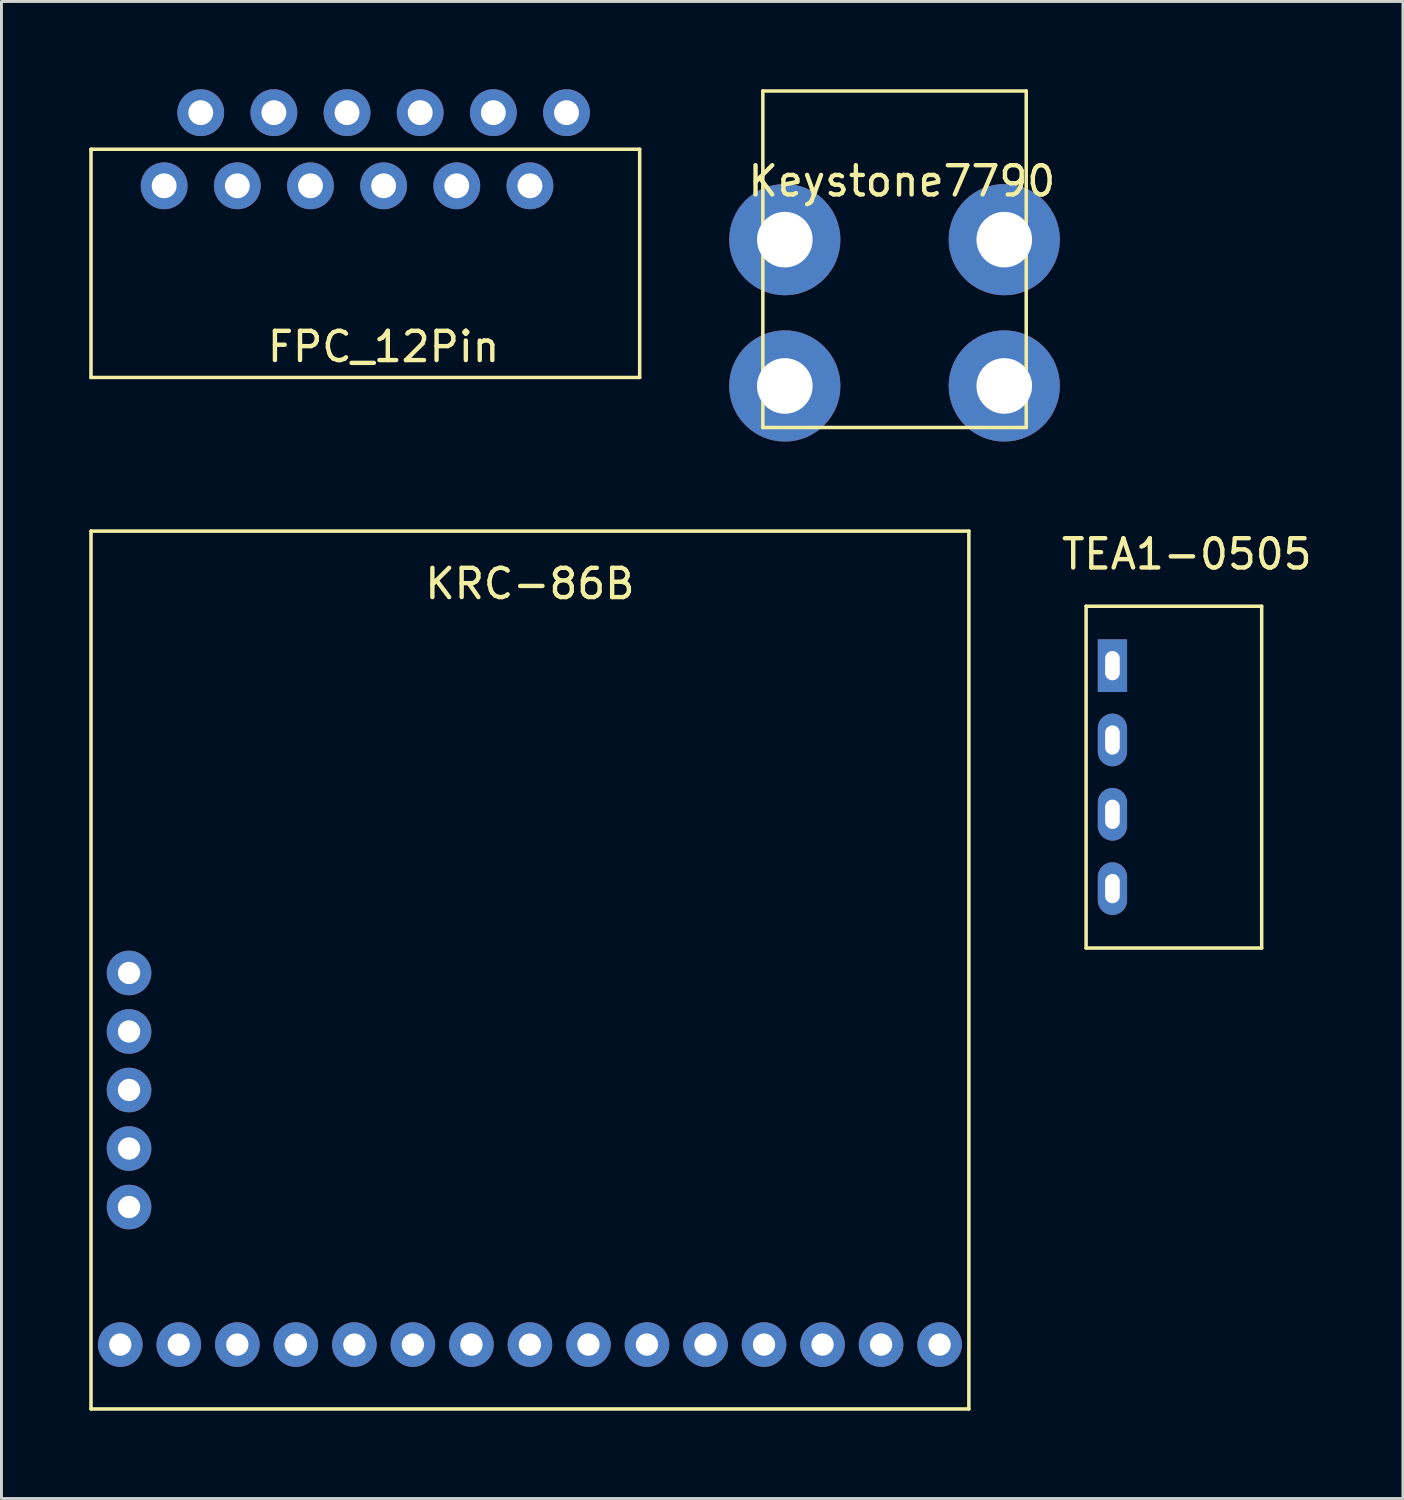
<source format=kicad_pcb>
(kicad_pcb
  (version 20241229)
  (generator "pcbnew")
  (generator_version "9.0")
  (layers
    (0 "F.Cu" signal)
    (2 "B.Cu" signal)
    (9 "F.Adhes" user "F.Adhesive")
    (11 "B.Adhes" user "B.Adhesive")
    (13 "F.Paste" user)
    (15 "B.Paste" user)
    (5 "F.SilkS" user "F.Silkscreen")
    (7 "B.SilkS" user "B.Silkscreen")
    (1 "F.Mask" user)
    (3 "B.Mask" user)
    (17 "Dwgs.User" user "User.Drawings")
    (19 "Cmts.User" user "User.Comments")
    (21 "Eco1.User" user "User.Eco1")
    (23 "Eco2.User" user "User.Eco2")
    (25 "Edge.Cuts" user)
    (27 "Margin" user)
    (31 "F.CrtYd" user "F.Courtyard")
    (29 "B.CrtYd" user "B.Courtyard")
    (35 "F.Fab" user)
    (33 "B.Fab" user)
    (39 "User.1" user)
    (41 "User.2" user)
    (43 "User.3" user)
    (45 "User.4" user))
  (footprint "Keystone7790"
    (layer "F.Cu")
    (at 23.77 10.14)
    (property "Reference" "Keystone7790" (at 4 -7 0) (layer "F.SilkS") (effects (font (size 1 1) (thickness 0.15))))
    (attr through_hole)
    (fp_line (start -0.75 -10.08) (end -0.75 1.42) (stroke (width 0.12) (type solid)) (layer "F.SilkS"))
    (fp_line (start -0.75 -10.08) (end 8.25 -10.08) (stroke (width 0.12) (type solid)) (layer "F.SilkS"))
    (fp_line (start -0.75 1.42) (end 8.25 1.42) (stroke (width 0.12) (type solid)) (layer "F.SilkS"))
    (fp_line (start 8.25 -10.08) (end 8.25 1.42) (stroke (width 0.12) (type solid)) (layer "F.SilkS"))
    (pad "GND" thru_hole circle (at 0 -5) (size 3.8 3.8) (drill 1.9) (layers "*.Cu" "*.Mask"))
    (pad "GND" thru_hole circle (at 0 0) (size 3.8 3.8) (drill 1.9) (layers "*.Cu" "*.Mask"))
    (pad "GND" thru_hole circle (at 7.5 -5) (size 3.8 3.8) (drill 1.9) (layers "*.Cu" "*.Mask"))
    (pad "GND" thru_hole circle (at 7.5 0) (size 3.8 3.8) (drill 1.9) (layers "*.Cu" "*.Mask")))
  (footprint "KRC-86B"
    (layer "F.Cu")
    (at 1.06 42.9)
    (property "Reference" "KRC-86B" (at 14 -26 0) (layer "F.SilkS") (effects (font (size 1 1) (thickness 0.15))))
    (attr through_hole)
    (fp_line (start -1 -27.8) (end 29 -27.8) (stroke (width 0.12) (type solid)) (layer "F.SilkS"))
    (fp_line (start -1 2.2) (end -1 -27.8) (stroke (width 0.12) (type solid)) (layer "F.SilkS"))
    (fp_line (start -1 2.2) (end 29 2.2) (stroke (width 0.12) (type solid)) (layer "F.SilkS"))
    (fp_line (start 29 -27.8) (end 29 2.2) (stroke (width 0.12) (type solid)) (layer "F.SilkS"))
    (pad "1" thru_hole circle (at 0 0) (size 1.524 1.524) (drill 0.762) (layers "*.Cu" "*.Mask"))
    (pad "2" thru_hole circle (at 2 0) (size 1.524 1.524) (drill 0.762) (layers "*.Cu" "*.Mask"))
    (pad "3" thru_hole circle (at 4 0) (size 1.524 1.524) (drill 0.762) (layers "*.Cu" "*.Mask"))
    (pad "4" thru_hole circle (at 6 0) (size 1.524 1.524) (drill 0.762) (layers "*.Cu" "*.Mask"))
    (pad "5" thru_hole circle (at 8 0) (size 1.524 1.524) (drill 0.762) (layers "*.Cu" "*.Mask"))
    (pad "6" thru_hole circle (at 10 0) (size 1.524 1.524) (drill 0.762) (layers "*.Cu" "*.Mask"))
    (pad "7" thru_hole circle (at 12 0) (size 1.524 1.524) (drill 0.762) (layers "*.Cu" "*.Mask"))
    (pad "8" thru_hole circle (at 14 0) (size 1.524 1.524) (drill 0.762) (layers "*.Cu" "*.Mask"))
    (pad "9" thru_hole circle (at 16 0) (size 1.524 1.524) (drill 0.762) (layers "*.Cu" "*.Mask"))
    (pad "10" thru_hole circle (at 18 0) (size 1.524 1.524) (drill 0.762) (layers "*.Cu" "*.Mask"))
    (pad "11" thru_hole circle (at 20 0) (size 1.524 1.524) (drill 0.762) (layers "*.Cu" "*.Mask"))
    (pad "12" thru_hole circle (at 22 0) (size 1.524 1.524) (drill 0.762) (layers "*.Cu" "*.Mask"))
    (pad "13" thru_hole circle (at 24 0) (size 1.524 1.524) (drill 0.762) (layers "*.Cu" "*.Mask"))
    (pad "14" thru_hole circle (at 26 0) (size 1.524 1.524) (drill 0.762) (layers "*.Cu" "*.Mask"))
    (pad "15" thru_hole circle (at 28 0) (size 1.524 1.524) (drill 0.762) (layers "*.Cu" "*.Mask"))
    (pad "16" thru_hole circle (at 0.3 -12.7) (size 1.524 1.524) (drill 0.762) (layers "*.Cu" "*.Mask"))
    (pad "17" thru_hole circle (at 0.3 -10.7) (size 1.524 1.524) (drill 0.762) (layers "*.Cu" "*.Mask"))
    (pad "18" thru_hole circle (at 0.3 -8.7) (size 1.524 1.524) (drill 0.762) (layers "*.Cu" "*.Mask"))
    (pad "19" thru_hole circle (at 0.3 -6.7) (size 1.524 1.524) (drill 0.762) (layers "*.Cu" "*.Mask"))
    (pad "20" thru_hole circle (at 0.3 -4.7) (size 1.524 1.524) (drill 0.762) (layers "*.Cu" "*.Mask")))
  (footprint "TEA1-0505"
    (layer "F.Cu")
    (at 34.967 19.698)
    (property "Reference" "TEA1-0505" (at 2.54 -3.81 0) (layer "F.SilkS") (effects (font (size 1 1) (thickness 0.15))))
    (attr through_hole)
    (fp_line (start -0.9 -2.03) (end -0.9 9.65) (stroke (width 0.12) (type solid)) (layer "F.SilkS"))
    (fp_line (start -0.9 -2.03) (end 5.1 -2.03) (stroke (width 0.12) (type solid)) (layer "F.SilkS"))
    (fp_line (start -0.9 9.65) (end 5.1 9.65) (stroke (width 0.12) (type solid)) (layer "F.SilkS"))
    (fp_line (start 5.1 -2.03) (end 5.1 9.65) (stroke (width 0.12) (type solid)) (layer "F.SilkS"))
    (pad "1" thru_hole rect (at 0 0) (size 1 1.8) (drill oval 0.5 1) (layers "*.Cu" "*.Mask"))
    (pad "2" thru_hole oval (at 0 2.54) (size 1 1.8) (drill oval 0.5 1) (layers "*.Cu" "*.Mask"))
    (pad "3" thru_hole oval (at 0 5.08) (size 1 1.8) (drill oval 0.5 1) (layers "*.Cu" "*.Mask"))
    (pad "4" thru_hole oval (at 0 7.62) (size 1 1.8) (drill oval 0.5 1) (layers "*.Cu" "*.Mask")))
  (footprint "FPC_12Pin"
    (layer "F.Cu")
    (at 2.56 3.3)
    (property "Reference" "FPC_12Pin" (at 7.5 5.5 0) (layer "F.SilkS") (effects (font (size 1 1) (thickness 0.15))))
    (attr through_hole)
    (fp_line (start -2.5 -1.25) (end -2.5 6.55) (stroke (width 0.12) (type solid)) (layer "F.SilkS"))
    (fp_line (start -2.5 -1.25) (end 16.25 -1.25) (stroke (width 0.12) (type solid)) (layer "F.SilkS"))
    (fp_line (start -2.5 6.55) (end 16.25 6.55) (stroke (width 0.12) (type solid)) (layer "F.SilkS"))
    (fp_line (start 16.25 -1.25) (end 16.25 6.55) (stroke (width 0.12) (type solid)) (layer "F.SilkS"))
    (pad "1" thru_hole circle (at 0 0) (size 1.6 1.6) (drill 0.85) (layers "*.Cu" "*.Mask"))
    (pad "2" thru_hole circle (at 1.25 -2.5) (size 1.6 1.6) (drill 0.85) (layers "*.Cu" "*.Mask"))
    (pad "3" thru_hole circle (at 2.5 0) (size 1.6 1.6) (drill 0.85) (layers "*.Cu" "*.Mask"))
    (pad "4" thru_hole circle (at 3.75 -2.5) (size 1.6 1.6) (drill 0.85) (layers "*.Cu" "*.Mask"))
    (pad "5" thru_hole circle (at 5 0) (size 1.6 1.6) (drill 0.85) (layers "*.Cu" "*.Mask"))
    (pad "6" thru_hole circle (at 6.25 -2.5) (size 1.6 1.6) (drill 0.85) (layers "*.Cu" "*.Mask"))
    (pad "7" thru_hole circle (at 7.5 0) (size 1.6 1.6) (drill 0.85) (layers "*.Cu" "*.Mask"))
    (pad "8" thru_hole circle (at 8.75 -2.5) (size 1.6 1.6) (drill 0.85) (layers "*.Cu" "*.Mask"))
    (pad "9" thru_hole circle (at 10 0) (size 1.6 1.6) (drill 0.85) (layers "*.Cu" "*.Mask"))
    (pad "10" thru_hole circle (at 11.25 -2.5) (size 1.6 1.6) (drill 0.85) (layers "*.Cu" "*.Mask"))
    (pad "11" thru_hole circle (at 12.5 0) (size 1.6 1.6) (drill 0.85) (layers "*.Cu" "*.Mask"))
    (pad "12" thru_hole circle (at 13.75 -2.5) (size 1.6 1.6) (drill 0.85) (layers "*.Cu" "*.Mask")))
  (gr_rect
    (start -3 -3)
    (end 44.894 48.16)
    (stroke (width 0.1) (type default))
    (fill no)
    (layer "Edge.Cuts")))
</source>
